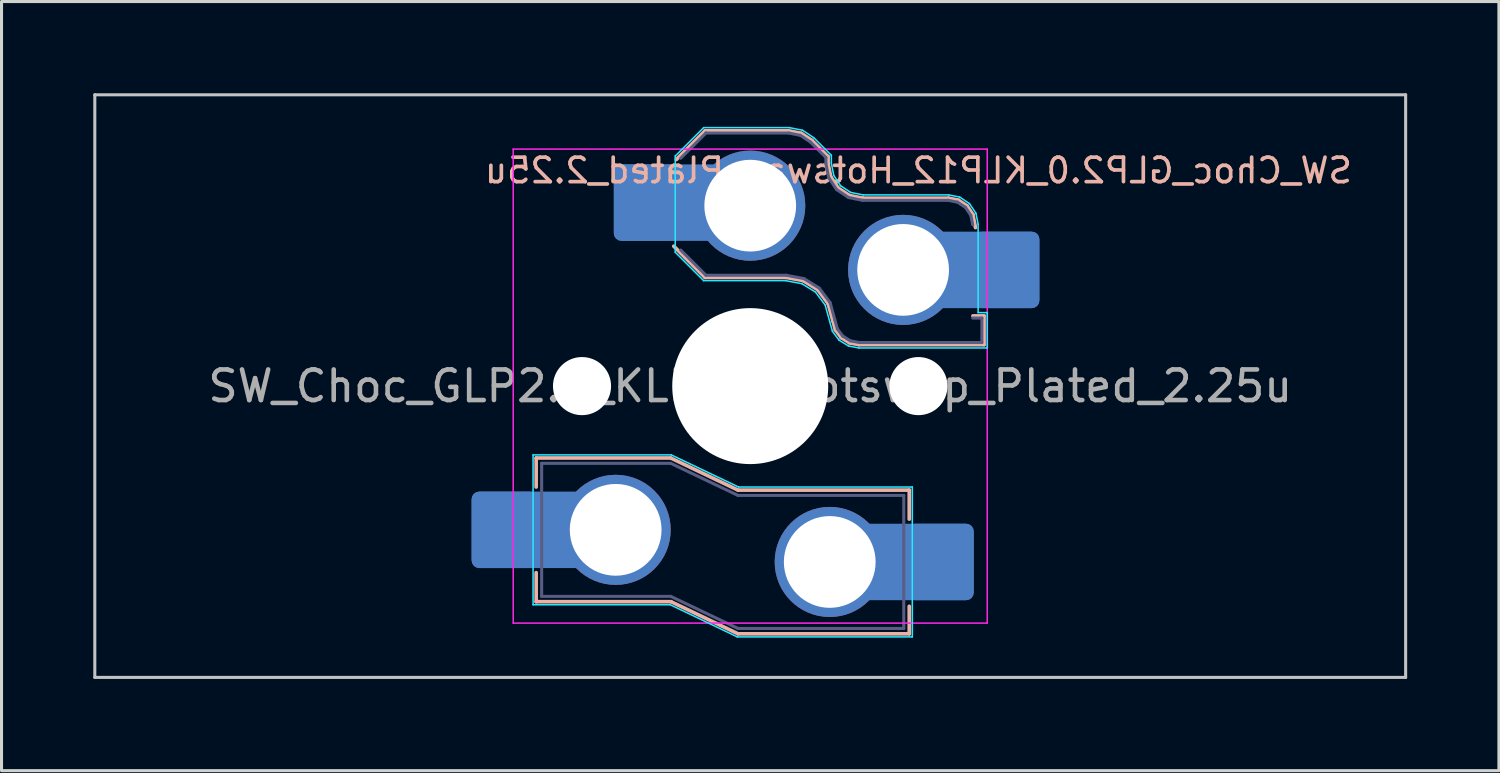
<source format=kicad_pcb>
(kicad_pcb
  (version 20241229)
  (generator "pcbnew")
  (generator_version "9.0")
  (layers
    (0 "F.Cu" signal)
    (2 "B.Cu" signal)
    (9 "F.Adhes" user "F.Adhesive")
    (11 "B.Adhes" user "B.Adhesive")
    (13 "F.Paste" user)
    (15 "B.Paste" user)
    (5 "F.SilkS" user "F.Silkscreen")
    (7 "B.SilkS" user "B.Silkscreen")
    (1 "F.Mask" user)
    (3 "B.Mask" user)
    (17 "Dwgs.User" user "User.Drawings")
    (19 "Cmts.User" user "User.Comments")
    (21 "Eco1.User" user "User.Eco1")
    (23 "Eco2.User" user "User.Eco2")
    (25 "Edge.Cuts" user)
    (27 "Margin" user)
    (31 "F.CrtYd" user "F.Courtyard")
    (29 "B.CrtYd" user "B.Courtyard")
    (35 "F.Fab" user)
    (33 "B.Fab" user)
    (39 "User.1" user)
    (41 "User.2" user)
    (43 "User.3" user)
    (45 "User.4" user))
  (footprint "SW_Choc_GLP2.0_KLP12_Hotswap_Plated_2.25u"
    (layer "F.Cu")
    (at 21.481 9.575)
    (property "Reference" "SW_Choc_GLP2.0_KLP12_Hotswap_Plated_2.25u" (at 5.5 -7.05 0) (layer "B.SilkS") (effects (font (size 0.8 0.8) (thickness 0.12)) (justify mirror)))
    (attr smd)
    (fp_line (start -7 2.35) (end -7 3.3) (stroke (width 0.12) (type solid)) (layer "B.SilkS"))
    (fp_line (start -7 2.35) (end -2.6 2.35) (stroke (width 0.12) (type solid)) (layer "B.SilkS"))
    (fp_line (start -7 7.05) (end -7 6.1) (stroke (width 0.12) (type solid)) (layer "B.SilkS"))
    (fp_line (start -7 7.05) (end -2.59 7.05) (stroke (width 0.12) (type solid)) (layer "B.SilkS"))
    (fp_line (start -2.6 2.35) (end -0.4 3.4) (stroke (width 0.12) (type solid)) (layer "B.SilkS"))
    (fp_line (start -2.59 7.05) (end -0.4 8.1) (stroke (width 0.12) (type solid)) (layer "B.SilkS"))
    (fp_line (start -2.416 -7.409) (end -1.479 -8.346) (stroke (width 0.12) (type solid)) (layer "B.SilkS"))
    (fp_line (start -1.479 -8.346) (end 1.268 -8.346) (stroke (width 0.12) (type solid)) (layer "B.SilkS"))
    (fp_line (start -1.479 -3.554) (end -2.5 -4.575) (stroke (width 0.12) (type solid)) (layer "B.SilkS"))
    (fp_line (start 1.168 -3.554) (end -1.479 -3.554) (stroke (width 0.12) (type solid)) (layer "B.SilkS"))
    (fp_line (start 1.268 -8.346) (end 1.671 -8.266) (stroke (width 0.12) (type solid)) (layer "B.SilkS"))
    (fp_line (start 1.671 -8.266) (end 2.013 -8.037) (stroke (width 0.12) (type solid)) (layer "B.SilkS"))
    (fp_line (start 1.73 -3.449) (end 1.168 -3.554) (stroke (width 0.12) (type solid)) (layer "B.SilkS"))
    (fp_line (start 2.013 -8.037) (end 2.546 -7.504) (stroke (width 0.12) (type solid)) (layer "B.SilkS"))
    (fp_line (start 2.209 -3.15) (end 1.73 -3.449) (stroke (width 0.12) (type solid)) (layer "B.SilkS"))
    (fp_line (start 2.546 -7.504) (end 2.546 -7.282) (stroke (width 0.12) (type solid)) (layer "B.SilkS"))
    (fp_line (start 2.546 -7.282) (end 2.633 -6.844) (stroke (width 0.12) (type solid)) (layer "B.SilkS"))
    (fp_line (start 2.547 -2.697) (end 2.209 -3.15) (stroke (width 0.12) (type solid)) (layer "B.SilkS"))
    (fp_line (start 2.633 -6.844) (end 2.877 -6.477) (stroke (width 0.12) (type solid)) (layer "B.SilkS"))
    (fp_line (start 2.701 -2.139) (end 2.547 -2.697) (stroke (width 0.12) (type solid)) (layer "B.SilkS"))
    (fp_line (start 2.783 -1.841) (end 2.701 -2.139) (stroke (width 0.12) (type solid)) (layer "B.SilkS"))
    (fp_line (start 2.877 -6.477) (end 3.244 -6.233) (stroke (width 0.12) (type solid)) (layer "B.SilkS"))
    (fp_line (start 2.976 -1.583) (end 2.783 -1.841) (stroke (width 0.12) (type solid)) (layer "B.SilkS"))
    (fp_line (start 3.244 -6.233) (end 3.682 -6.146) (stroke (width 0.12) (type solid)) (layer "B.SilkS"))
    (fp_line (start 3.25 -1.413) (end 2.976 -1.583) (stroke (width 0.12) (type solid)) (layer "B.SilkS"))
    (fp_line (start 3.56 -1.354) (end 3.25 -1.413) (stroke (width 0.12) (type solid)) (layer "B.SilkS"))
    (fp_line (start 3.682 -6.146) (end 6.482 -6.146) (stroke (width 0.12) (type solid)) (layer "B.SilkS"))
    (fp_line (start 5.2 3.4) (end -0.4 3.4) (stroke (width 0.12) (type solid)) (layer "B.SilkS"))
    (fp_line (start 5.2 3.4) (end 5.2 4.35) (stroke (width 0.12) (type solid)) (layer "B.SilkS"))
    (fp_line (start 5.2 8.1) (end -0.4 8.1) (stroke (width 0.12) (type solid)) (layer "B.SilkS"))
    (fp_line (start 5.2 8.1) (end 5.2 7.2) (stroke (width 0.12) (type solid)) (layer "B.SilkS"))
    (fp_line (start 6.482 -6.146) (end 6.809 -6.081) (stroke (width 0.12) (type solid)) (layer "B.SilkS"))
    (fp_line (start 6.809 -6.081) (end 7.092 -5.892) (stroke (width 0.12) (type solid)) (layer "B.SilkS"))
    (fp_line (start 7.092 -5.892) (end 7.281 -5.609) (stroke (width 0.12) (type solid)) (layer "B.SilkS"))
    (fp_line (start 7.281 -5.609) (end 7.366 -5.182) (stroke (width 0.12) (type solid)) (layer "B.SilkS"))
    (fp_line (start 7.283 -2.296) (end 7.646 -2.296) (stroke (width 0.12) (type solid)) (layer "B.SilkS"))
    (fp_line (start 7.646 -2.296) (end 7.646 -1.354) (stroke (width 0.12) (type solid)) (layer "B.SilkS"))
    (fp_line (start 7.646 -1.354) (end 3.56 -1.354) (stroke (width 0.12) (type solid)) (layer "B.SilkS"))
    (fp_line (start -21.431 -9.525) (end -21.431 9.525) (stroke (width 0.1) (type default)) (layer "Dwgs.User"))
    (fp_line (start -21.431 -9.525) (end 21.431 -9.525) (stroke (width 0.1) (type solid)) (layer "Dwgs.User"))
    (fp_line (start -21.431 9.525) (end 21.431 9.525) (stroke (width 0.1) (type solid)) (layer "Dwgs.User"))
    (fp_line (start 21.431 -9.525) (end 21.431 9.525) (stroke (width 0.1) (type default)) (layer "Dwgs.User"))
    (fp_line (start -7.1 2.25) (end -7.1 7.15) (stroke (width 0.05) (type solid)) (layer "B.CrtYd"))
    (fp_line (start -7.1 2.25) (end -2.58 2.25) (stroke (width 0.05) (type solid)) (layer "B.CrtYd"))
    (fp_line (start -7.1 7.15) (end -2.615 7.15) (stroke (width 0.05) (type solid)) (layer "B.CrtYd"))
    (fp_line (start -2.615 7.15) (end -0.425 8.2) (stroke (width 0.05) (type solid)) (layer "B.CrtYd"))
    (fp_line (start -2.58 2.25) (end -0.38 3.3) (stroke (width 0.05) (type solid)) (layer "B.CrtYd"))
    (fp_line (start -2.452 -7.523) (end -1.523 -8.452) (stroke (width 0.05) (type solid)) (layer "B.CrtYd"))
    (fp_line (start -2.452 -4.377) (end -2.452 -7.523) (stroke (width 0.05) (type solid)) (layer "B.CrtYd"))
    (fp_line (start -1.523 -8.452) (end 1.278 -8.452) (stroke (width 0.05) (type solid)) (layer "B.CrtYd"))
    (fp_line (start -1.523 -3.448) (end -2.452 -4.377) (stroke (width 0.05) (type solid)) (layer "B.CrtYd"))
    (fp_line (start 1.159 -3.448) (end -1.523 -3.448) (stroke (width 0.05) (type solid)) (layer "B.CrtYd"))
    (fp_line (start 1.278 -8.452) (end 1.712 -8.366) (stroke (width 0.05) (type solid)) (layer "B.CrtYd"))
    (fp_line (start 1.691 -3.348) (end 1.159 -3.448) (stroke (width 0.05) (type solid)) (layer "B.CrtYd"))
    (fp_line (start 1.712 -8.366) (end 2.081 -8.119) (stroke (width 0.05) (type solid)) (layer "B.CrtYd"))
    (fp_line (start 2.081 -8.119) (end 2.652 -7.548) (stroke (width 0.05) (type solid)) (layer "B.CrtYd"))
    (fp_line (start 2.136 -3.071) (end 1.691 -3.348) (stroke (width 0.05) (type solid)) (layer "B.CrtYd"))
    (fp_line (start 2.45 -2.65) (end 2.136 -3.071) (stroke (width 0.05) (type solid)) (layer "B.CrtYd"))
    (fp_line (start 2.599 -2.111) (end 2.45 -2.65) (stroke (width 0.05) (type solid)) (layer "B.CrtYd"))
    (fp_line (start 2.652 -7.548) (end 2.652 -7.292) (stroke (width 0.05) (type solid)) (layer "B.CrtYd"))
    (fp_line (start 2.652 -7.292) (end 2.733 -6.885) (stroke (width 0.05) (type solid)) (layer "B.CrtYd"))
    (fp_line (start 2.687 -1.794) (end 2.599 -2.111) (stroke (width 0.05) (type solid)) (layer "B.CrtYd"))
    (fp_line (start 2.733 -6.885) (end 2.953 -6.553) (stroke (width 0.05) (type solid)) (layer "B.CrtYd"))
    (fp_line (start 2.903 -1.503) (end 2.687 -1.794) (stroke (width 0.05) (type solid)) (layer "B.CrtYd"))
    (fp_line (start 2.953 -6.553) (end 3.285 -6.333) (stroke (width 0.05) (type solid)) (layer "B.CrtYd"))
    (fp_line (start 3.211 -1.312) (end 2.903 -1.503) (stroke (width 0.05) (type solid)) (layer "B.CrtYd"))
    (fp_line (start 3.285 -6.333) (end 3.692 -6.252) (stroke (width 0.05) (type solid)) (layer "B.CrtYd"))
    (fp_line (start 3.55 -1.248) (end 3.211 -1.312) (stroke (width 0.05) (type solid)) (layer "B.CrtYd"))
    (fp_line (start 3.692 -6.252) (end 6.492 -6.252) (stroke (width 0.05) (type solid)) (layer "B.CrtYd"))
    (fp_line (start 5.3 3.3) (end -0.38 3.3) (stroke (width 0.05) (type solid)) (layer "B.CrtYd"))
    (fp_line (start 5.3 3.3) (end 5.3 8.2) (stroke (width 0.05) (type solid)) (layer "B.CrtYd"))
    (fp_line (start 5.3 8.2) (end -0.425 8.2) (stroke (width 0.05) (type solid)) (layer "B.CrtYd"))
    (fp_line (start 6.492 -6.252) (end 6.85 -6.181) (stroke (width 0.05) (type solid)) (layer "B.CrtYd"))
    (fp_line (start 6.85 -6.181) (end 7.168 -5.968) (stroke (width 0.05) (type solid)) (layer "B.CrtYd"))
    (fp_line (start 7.168 -5.968) (end 7.381 -5.65) (stroke (width 0.05) (type solid)) (layer "B.CrtYd"))
    (fp_line (start 7.381 -5.65) (end 7.452 -5.292) (stroke (width 0.05) (type solid)) (layer "B.CrtYd"))
    (fp_line (start 7.452 -5.292) (end 7.452 -2.402) (stroke (width 0.05) (type solid)) (layer "B.CrtYd"))
    (fp_line (start 7.452 -2.402) (end 7.752 -2.402) (stroke (width 0.05) (type solid)) (layer "B.CrtYd"))
    (fp_line (start 7.752 -2.402) (end 7.752 -1.248) (stroke (width 0.05) (type solid)) (layer "B.CrtYd"))
    (fp_line (start 7.752 -1.248) (end 3.55 -1.248) (stroke (width 0.05) (type solid)) (layer "B.CrtYd"))
    (fp_line (start -7.75 7.75) (end -7.75 -7.75) (stroke (width 0.05) (type solid)) (layer "F.CrtYd"))
    (fp_line (start 7.75 -7.75) (end -7.75 -7.75) (stroke (width 0.05) (type solid)) (layer "F.CrtYd"))
    (fp_line (start 7.75 -7.75) (end 7.75 7.75) (stroke (width 0.05) (type solid)) (layer "F.CrtYd"))
    (fp_line (start 7.75 7.75) (end -7.75 7.75) (stroke (width 0.05) (type solid)) (layer "F.CrtYd"))
    (fp_line (start -6.82 2.525) (end -6.82 6.875) (stroke (width 0.1) (type solid)) (layer "B.Fab"))
    (fp_line (start -6.82 2.525) (end -2.6 2.525) (stroke (width 0.1) (type solid)) (layer "B.Fab"))
    (fp_line (start -6.82 6.875) (end -2.6 6.875) (stroke (width 0.1) (type solid)) (layer "B.Fab"))
    (fp_line (start -2.6 2.525) (end -0.4 3.575) (stroke (width 0.1) (type solid)) (layer "B.Fab"))
    (fp_line (start -2.6 6.875) (end -0.4 7.925) (stroke (width 0.1) (type solid)) (layer "B.Fab"))
    (fp_line (start -2.275 -7.45) (end -1.45 -8.275) (stroke (width 0.1) (type solid)) (layer "B.Fab"))
    (fp_line (start -1.45 -8.275) (end 1.261 -8.275) (stroke (width 0.1) (type solid)) (layer "B.Fab"))
    (fp_line (start -1.45 -3.625) (end -2.275 -4.45) (stroke (width 0.1) (type solid)) (layer "B.Fab"))
    (fp_line (start 0.4 7.925) (end -0.4 7.925) (stroke (width 0.1) (type solid)) (layer "B.Fab"))
    (fp_line (start 1.175 -3.625) (end -1.45 -3.625) (stroke (width 0.1) (type solid)) (layer "B.Fab"))
    (fp_line (start 1.261 -8.275) (end 1.643 -8.199) (stroke (width 0.1) (type solid)) (layer "B.Fab"))
    (fp_line (start 1.643 -8.199) (end 1.968 -7.982) (stroke (width 0.1) (type solid)) (layer "B.Fab"))
    (fp_line (start 1.756 -3.516) (end 1.175 -3.625) (stroke (width 0.1) (type solid)) (layer "B.Fab"))
    (fp_line (start 1.968 -7.982) (end 2.475 -7.475) (stroke (width 0.1) (type solid)) (layer "B.Fab"))
    (fp_line (start 2.258 -3.203) (end 1.756 -3.516) (stroke (width 0.1) (type solid)) (layer "B.Fab"))
    (fp_line (start 2.475 -7.475) (end 2.475 -7.275) (stroke (width 0.1) (type solid)) (layer "B.Fab"))
    (fp_line (start 2.475 -7.275) (end 2.566 -6.816) (stroke (width 0.1) (type solid)) (layer "B.Fab"))
    (fp_line (start 2.566 -6.816) (end 2.826 -6.426) (stroke (width 0.1) (type solid)) (layer "B.Fab"))
    (fp_line (start 2.612 -2.729) (end 2.258 -3.203) (stroke (width 0.1) (type solid)) (layer "B.Fab"))
    (fp_line (start 2.769 -2.158) (end 2.612 -2.729) (stroke (width 0.1) (type solid)) (layer "B.Fab"))
    (fp_line (start 2.826 -6.426) (end 3.216 -6.166) (stroke (width 0.1) (type solid)) (layer "B.Fab"))
    (fp_line (start 2.848 -1.873) (end 2.769 -2.158) (stroke (width 0.1) (type solid)) (layer "B.Fab"))
    (fp_line (start 3.025 -1.636) (end 2.848 -1.873) (stroke (width 0.1) (type solid)) (layer "B.Fab"))
    (fp_line (start 3.216 -6.166) (end 3.675 -6.075) (stroke (width 0.1) (type solid)) (layer "B.Fab"))
    (fp_line (start 3.276 -1.48) (end 3.025 -1.636) (stroke (width 0.1) (type solid)) (layer "B.Fab"))
    (fp_line (start 3.567 -1.425) (end 3.276 -1.48) (stroke (width 0.1) (type solid)) (layer "B.Fab"))
    (fp_line (start 3.675 -6.075) (end 6.475 -6.075) (stroke (width 0.1) (type solid)) (layer "B.Fab"))
    (fp_line (start 5.02 3.575) (end -0.4 3.575) (stroke (width 0.1) (type solid)) (layer "B.Fab"))
    (fp_line (start 5.02 3.575) (end 5.02 7.925) (stroke (width 0.1) (type solid)) (layer "B.Fab"))
    (fp_line (start 5.02 7.925) (end 0.4 7.925) (stroke (width 0.1) (type solid)) (layer "B.Fab"))
    (fp_line (start 6.475 -6.075) (end 6.781 -6.014) (stroke (width 0.1) (type solid)) (layer "B.Fab"))
    (fp_line (start 6.781 -6.014) (end 7.041 -5.841) (stroke (width 0.1) (type solid)) (layer "B.Fab"))
    (fp_line (start 7.041 -5.841) (end 7.214 -5.581) (stroke (width 0.1) (type solid)) (layer "B.Fab"))
    (fp_line (start 7.214 -5.581) (end 7.275 -5.275) (stroke (width 0.1) (type solid)) (layer "B.Fab"))
    (fp_line (start 7.275 -2.225) (end 7.575 -2.225) (stroke (width 0.1) (type solid)) (layer "B.Fab"))
    (fp_line (start 7.575 -2.225) (end 7.575 -1.425) (stroke (width 0.1) (type solid)) (layer "B.Fab"))
    (fp_line (start 7.575 -1.425) (end 3.567 -1.425) (stroke (width 0.1) (type solid)) (layer "B.Fab"))
    (fp_rect (start -7.05 -7.05) (end 7.05 7.05) (stroke (width 0.12) (type default)) (fill no) (layer "User.1"))
    (fp_text user "${REFERENCE}" (at 0 0 0) (layer "F.Fab") (effects (font (size 1 1) (thickness 0.15))))
    (pad "" np_thru_hole circle (at -5.5 0) (size 1.9 1.9) (drill 1.9) (layers "*.Cu" "*.Mask"))
    (pad "" np_thru_hole circle (at 0 0) (size 5.1 5.1) (drill 5.1) (layers "*.Cu" "*.Mask"))
    (pad "" np_thru_hole circle (at 5.5 0) (size 1.9 1.9) (drill 1.9) (layers "*.Cu" "*.Mask"))
    (pad "1" thru_hole circle (at 2.6 5.75) (size 3.6 3.6) (drill 3) (layers "*.Cu" "*.Mask"))
    (pad "1" thru_hole circle (at 5 -3.8) (size 3.6 3.6) (drill 3) (layers "*.Cu" "*.Mask"))
    (pad "1" smd roundrect (at 5.383 5.75) (size 3.85 2.5) (layers "B.Cu") (roundrect_rratio 0.1))
    (pad "1" smd roundrect (at 6.229 5.75) (size 2.159 2.5) (layers "B.Cu" "B.Mask" "B.Paste") (roundrect_rratio 0.116))
    (pad "1" smd roundrect (at 7.53 -3.8) (size 3.85 2.5) (layers "B.Cu") (roundrect_rratio 0.1))
    (pad "1" smd roundrect (at 8.376 -3.8) (size 2.159 2.5) (layers "B.Cu" "B.Mask" "B.Paste") (roundrect_rratio 0.116))
    (pad "2" smd roundrect (at -8.03 4.7) (size 2.159 2.5) (layers "B.Cu" "B.Mask" "B.Paste") (roundrect_rratio 0.116))
    (pad "2" smd roundrect (at -7.185 4.699) (size 3.85 2.5) (layers "B.Cu") (roundrect_rratio 0.1))
    (pad "2" thru_hole circle (at -4.4 4.7) (size 3.6 3.6) (drill 3) (layers "*.Cu" "*.Mask"))
    (pad "2" smd roundrect (at -3.381 -6) (size 2.159 2.5) (layers "B.Cu" "B.Mask" "B.Paste") (roundrect_rratio 0.116))
    (pad "2" smd roundrect (at -2.535 -6) (size 3.85 2.5) (layers "B.Cu") (roundrect_rratio 0.1))
    (pad "2" thru_hole circle (at 0 -5.9) (size 3.6 3.6) (drill 3) (layers "*.Cu" "*.Mask")))
  (gr_rect
    (start -3 -3)
    (end 45.962 22.15)
    (stroke (width 0.1) (type default))
    (fill no)
    (layer "Edge.Cuts")))
</source>
